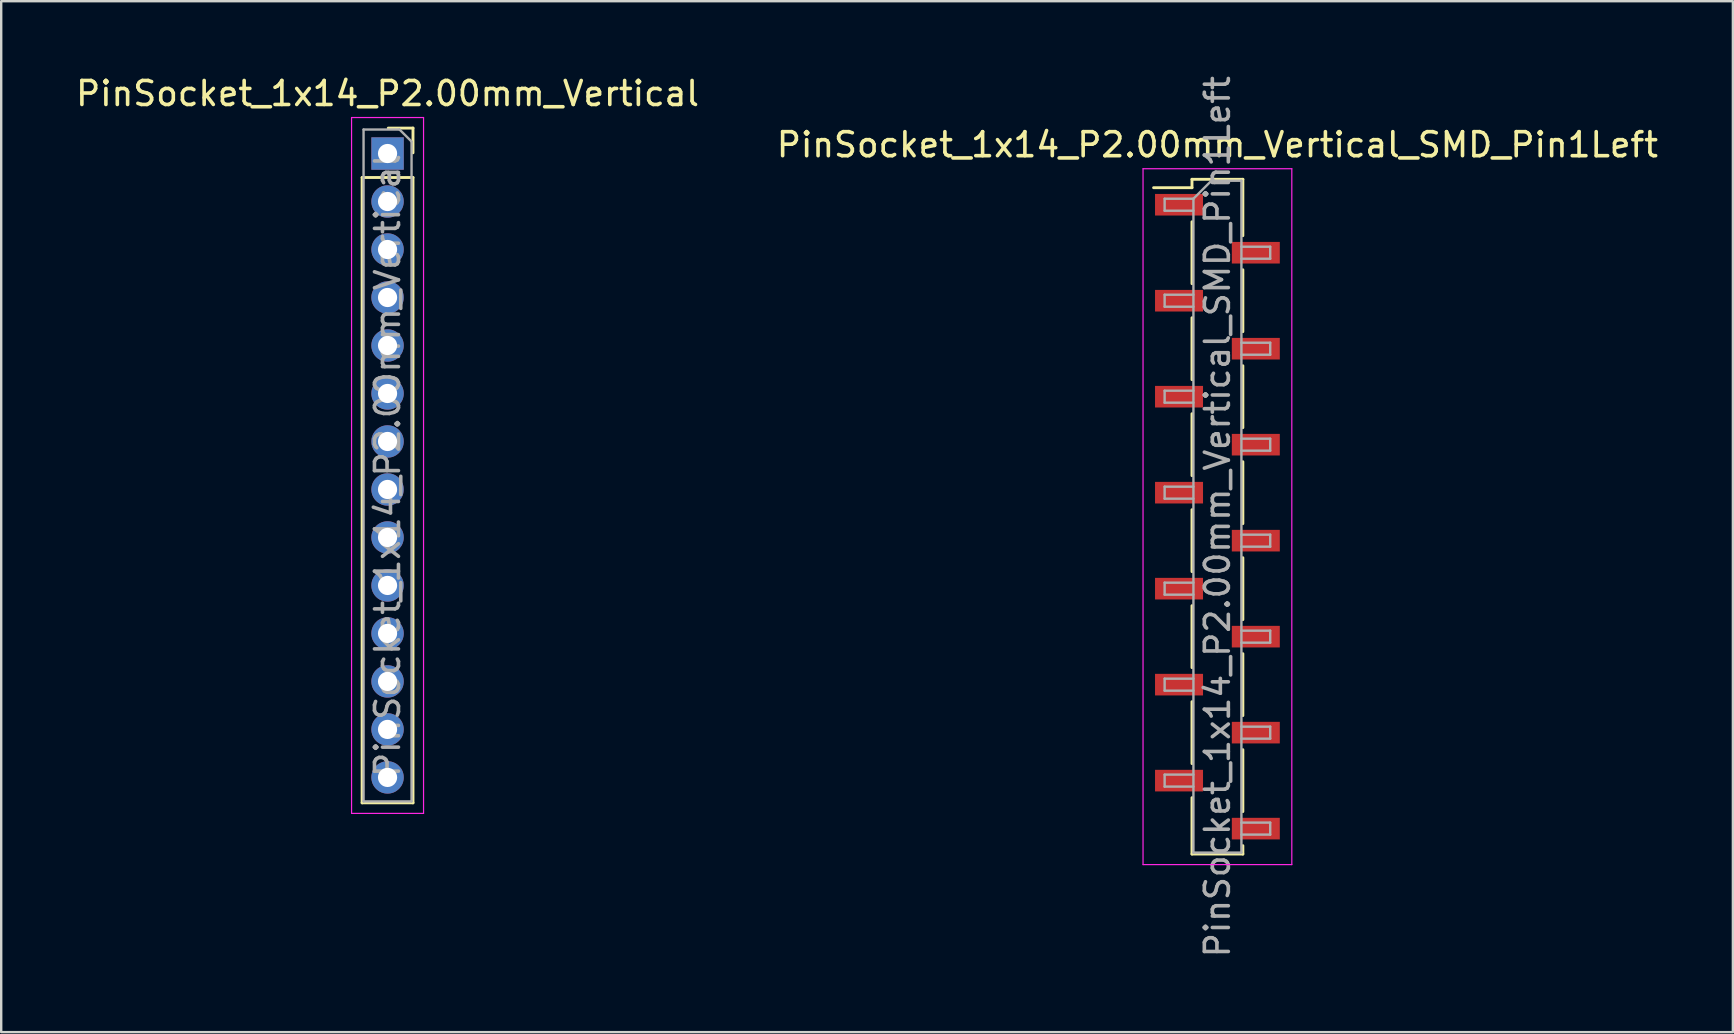
<source format=kicad_pcb>
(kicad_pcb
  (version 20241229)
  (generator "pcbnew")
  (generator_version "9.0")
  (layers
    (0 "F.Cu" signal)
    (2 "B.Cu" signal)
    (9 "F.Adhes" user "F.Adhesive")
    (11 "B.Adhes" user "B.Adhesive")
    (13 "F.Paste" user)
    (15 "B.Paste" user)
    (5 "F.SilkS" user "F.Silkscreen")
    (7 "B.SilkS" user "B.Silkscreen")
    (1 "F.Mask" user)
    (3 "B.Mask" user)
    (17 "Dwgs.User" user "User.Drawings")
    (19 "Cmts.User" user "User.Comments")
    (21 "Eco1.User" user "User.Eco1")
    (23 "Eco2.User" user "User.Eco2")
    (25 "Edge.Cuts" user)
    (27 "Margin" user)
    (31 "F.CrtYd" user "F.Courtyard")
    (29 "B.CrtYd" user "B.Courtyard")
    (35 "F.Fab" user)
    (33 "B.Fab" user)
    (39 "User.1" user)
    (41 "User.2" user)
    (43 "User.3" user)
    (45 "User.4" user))
  (footprint "PinSocket_1x14_P2.00mm_Vertical"
    (layer "F.Cu")
    (at 13.101 3.348)
    (property "Reference" "PinSocket_1x14_P2.00mm_Vertical" (at 0 -2.5 0) (layer "F.SilkS") (effects (font (size 1 1) (thickness 0.15))))
    (attr through_hole)
    (fp_line (start -1.06 1) (end -1.06 27.06) (stroke (width 0.12) (type solid)) (layer "F.SilkS"))
    (fp_line (start -1.06 27.06) (end 1.06 27.06) (stroke (width 0.12) (type solid)) (layer "F.SilkS"))
    (fp_line (start 1.06 -1.06) (end 0.03 -1.06) (stroke (width 0.12) (type solid)) (layer "F.SilkS"))
    (fp_line (start 1.06 -0.03) (end 1.06 -1.06) (stroke (width 0.12) (type solid)) (layer "F.SilkS"))
    (fp_line (start 1.06 1) (end -1.06 1) (stroke (width 0.12) (type solid)) (layer "F.SilkS"))
    (fp_line (start 1.06 27.06) (end 1.06 1) (stroke (width 0.12) (type solid)) (layer "F.SilkS"))
    (fp_line (start -1.5 -1.5) (end 1.5 -1.5) (stroke (width 0.05) (type solid)) (layer "F.CrtYd"))
    (fp_line (start -1.5 27.5) (end -1.5 -1.5) (stroke (width 0.05) (type solid)) (layer "F.CrtYd"))
    (fp_line (start 1.5 -1.5) (end 1.5 27.5) (stroke (width 0.05) (type solid)) (layer "F.CrtYd"))
    (fp_line (start 1.5 27.5) (end -1.5 27.5) (stroke (width 0.05) (type solid)) (layer "F.CrtYd"))
    (fp_line (start -1 -1) (end 0.5 -1) (stroke (width 0.1) (type solid)) (layer "F.Fab"))
    (fp_line (start -1 27) (end -1 -1) (stroke (width 0.1) (type solid)) (layer "F.Fab"))
    (fp_line (start 0.5 -1) (end 1 -0.5) (stroke (width 0.1) (type solid)) (layer "F.Fab"))
    (fp_line (start 1 -0.5) (end 1 27) (stroke (width 0.1) (type solid)) (layer "F.Fab"))
    (fp_line (start 1 27) (end -1 27) (stroke (width 0.1) (type solid)) (layer "F.Fab"))
    (fp_text user "${REFERENCE}" (at 0 13 90) (layer "F.Fab") (effects (font (size 1 1) (thickness 0.15))))
    (pad "1" thru_hole rect (at 0 0) (size 1.35 1.35) (drill 0.8) (layers "*.Cu" "*.Mask"))
    (pad "2" thru_hole oval (at 0 2) (size 1.35 1.35) (drill 0.8) (layers "*.Cu" "*.Mask"))
    (pad "3" thru_hole oval (at 0 4) (size 1.35 1.35) (drill 0.8) (layers "*.Cu" "*.Mask"))
    (pad "4" thru_hole oval (at 0 6) (size 1.35 1.35) (drill 0.8) (layers "*.Cu" "*.Mask"))
    (pad "5" thru_hole oval (at 0 8) (size 1.35 1.35) (drill 0.8) (layers "*.Cu" "*.Mask"))
    (pad "6" thru_hole oval (at 0 10) (size 1.35 1.35) (drill 0.8) (layers "*.Cu" "*.Mask"))
    (pad "7" thru_hole oval (at 0 12) (size 1.35 1.35) (drill 0.8) (layers "*.Cu" "*.Mask"))
    (pad "8" thru_hole oval (at 0 14) (size 1.35 1.35) (drill 0.8) (layers "*.Cu" "*.Mask"))
    (pad "9" thru_hole oval (at 0 16) (size 1.35 1.35) (drill 0.8) (layers "*.Cu" "*.Mask"))
    (pad "10" thru_hole oval (at 0 18) (size 1.35 1.35) (drill 0.8) (layers "*.Cu" "*.Mask"))
    (pad "11" thru_hole oval (at 0 20) (size 1.35 1.35) (drill 0.8) (layers "*.Cu" "*.Mask"))
    (pad "12" thru_hole oval (at 0 22) (size 1.35 1.35) (drill 0.8) (layers "*.Cu" "*.Mask"))
    (pad "13" thru_hole oval (at 0 24) (size 1.35 1.35) (drill 0.8) (layers "*.Cu" "*.Mask"))
    (pad "14" thru_hole oval (at 0 26) (size 1.35 1.35) (drill 0.8) (layers "*.Cu" "*.Mask")))
  (footprint "PinSocket_1x14_P2.00mm_Vertical_SMD_Pin1Left"
    (layer "F.Cu")
    (at 47.685 18.482)
    (property "Reference" "PinSocket_1x14_P2.00mm_Vertical_SMD_Pin1Left" (at 0 -15.5 0) (layer "F.SilkS") (effects (font (size 1 1) (thickness 0.15))))
    (attr smd)
    (fp_line (start -2.66 -13.71) (end -1.06 -13.71) (stroke (width 0.12) (type solid)) (layer "F.SilkS"))
    (fp_line (start -1.06 -14.06) (end 1.06 -14.06) (stroke (width 0.12) (type solid)) (layer "F.SilkS"))
    (fp_line (start -1.06 -13.71) (end -1.06 -14.06) (stroke (width 0.12) (type solid)) (layer "F.SilkS"))
    (fp_line (start -1.06 -12.29) (end -1.06 -9.71) (stroke (width 0.12) (type solid)) (layer "F.SilkS"))
    (fp_line (start -1.06 -8.29) (end -1.06 -5.71) (stroke (width 0.12) (type solid)) (layer "F.SilkS"))
    (fp_line (start -1.06 -4.29) (end -1.06 -1.71) (stroke (width 0.12) (type solid)) (layer "F.SilkS"))
    (fp_line (start -1.06 -0.29) (end -1.06 2.29) (stroke (width 0.12) (type solid)) (layer "F.SilkS"))
    (fp_line (start -1.06 3.71) (end -1.06 6.29) (stroke (width 0.12) (type solid)) (layer "F.SilkS"))
    (fp_line (start -1.06 7.71) (end -1.06 10.29) (stroke (width 0.12) (type solid)) (layer "F.SilkS"))
    (fp_line (start -1.06 11.71) (end -1.06 14.06) (stroke (width 0.12) (type solid)) (layer "F.SilkS"))
    (fp_line (start 1.06 -14.06) (end 1.06 -11.71) (stroke (width 0.12) (type solid)) (layer "F.SilkS"))
    (fp_line (start 1.06 -10.29) (end 1.06 -7.71) (stroke (width 0.12) (type solid)) (layer "F.SilkS"))
    (fp_line (start 1.06 -6.29) (end 1.06 -3.71) (stroke (width 0.12) (type solid)) (layer "F.SilkS"))
    (fp_line (start 1.06 -2.29) (end 1.06 0.29) (stroke (width 0.12) (type solid)) (layer "F.SilkS"))
    (fp_line (start 1.06 1.71) (end 1.06 4.29) (stroke (width 0.12) (type solid)) (layer "F.SilkS"))
    (fp_line (start 1.06 5.71) (end 1.06 8.29) (stroke (width 0.12) (type solid)) (layer "F.SilkS"))
    (fp_line (start 1.06 9.71) (end 1.06 12.29) (stroke (width 0.12) (type solid)) (layer "F.SilkS"))
    (fp_line (start 1.06 13.71) (end 1.06 14.06) (stroke (width 0.12) (type solid)) (layer "F.SilkS"))
    (fp_line (start 1.06 14.06) (end -1.06 14.06) (stroke (width 0.12) (type solid)) (layer "F.SilkS"))
    (fp_line (start -3.1 -14.5) (end 3.1 -14.5) (stroke (width 0.05) (type solid)) (layer "F.CrtYd"))
    (fp_line (start -3.1 14.5) (end -3.1 -14.5) (stroke (width 0.05) (type solid)) (layer "F.CrtYd"))
    (fp_line (start 3.1 -14.5) (end 3.1 14.5) (stroke (width 0.05) (type solid)) (layer "F.CrtYd"))
    (fp_line (start 3.1 14.5) (end -3.1 14.5) (stroke (width 0.05) (type solid)) (layer "F.CrtYd"))
    (fp_line (start -2.2 -13.25) (end -1 -13.25) (stroke (width 0.1) (type solid)) (layer "F.Fab"))
    (fp_line (start -2.2 -12.75) (end -2.2 -13.25) (stroke (width 0.1) (type solid)) (layer "F.Fab"))
    (fp_line (start -2.2 -9.25) (end -1 -9.25) (stroke (width 0.1) (type solid)) (layer "F.Fab"))
    (fp_line (start -2.2 -8.75) (end -2.2 -9.25) (stroke (width 0.1) (type solid)) (layer "F.Fab"))
    (fp_line (start -2.2 -5.25) (end -1 -5.25) (stroke (width 0.1) (type solid)) (layer "F.Fab"))
    (fp_line (start -2.2 -4.75) (end -2.2 -5.25) (stroke (width 0.1) (type solid)) (layer "F.Fab"))
    (fp_line (start -2.2 -1.25) (end -1 -1.25) (stroke (width 0.1) (type solid)) (layer "F.Fab"))
    (fp_line (start -2.2 -0.75) (end -2.2 -1.25) (stroke (width 0.1) (type solid)) (layer "F.Fab"))
    (fp_line (start -2.2 2.75) (end -1 2.75) (stroke (width 0.1) (type solid)) (layer "F.Fab"))
    (fp_line (start -2.2 3.25) (end -2.2 2.75) (stroke (width 0.1) (type solid)) (layer "F.Fab"))
    (fp_line (start -2.2 6.75) (end -1 6.75) (stroke (width 0.1) (type solid)) (layer "F.Fab"))
    (fp_line (start -2.2 7.25) (end -2.2 6.75) (stroke (width 0.1) (type solid)) (layer "F.Fab"))
    (fp_line (start -2.2 10.75) (end -1 10.75) (stroke (width 0.1) (type solid)) (layer "F.Fab"))
    (fp_line (start -2.2 11.25) (end -2.2 10.75) (stroke (width 0.1) (type solid)) (layer "F.Fab"))
    (fp_line (start -1 -13.25) (end -0.25 -14) (stroke (width 0.1) (type solid)) (layer "F.Fab"))
    (fp_line (start -1 -12.75) (end -2.2 -12.75) (stroke (width 0.1) (type solid)) (layer "F.Fab"))
    (fp_line (start -1 -8.75) (end -2.2 -8.75) (stroke (width 0.1) (type solid)) (layer "F.Fab"))
    (fp_line (start -1 -4.75) (end -2.2 -4.75) (stroke (width 0.1) (type solid)) (layer "F.Fab"))
    (fp_line (start -1 -0.75) (end -2.2 -0.75) (stroke (width 0.1) (type solid)) (layer "F.Fab"))
    (fp_line (start -1 3.25) (end -2.2 3.25) (stroke (width 0.1) (type solid)) (layer "F.Fab"))
    (fp_line (start -1 7.25) (end -2.2 7.25) (stroke (width 0.1) (type solid)) (layer "F.Fab"))
    (fp_line (start -1 11.25) (end -2.2 11.25) (stroke (width 0.1) (type solid)) (layer "F.Fab"))
    (fp_line (start -1 14) (end -1 -13.25) (stroke (width 0.1) (type solid)) (layer "F.Fab"))
    (fp_line (start -0.25 -14) (end 1 -14) (stroke (width 0.1) (type solid)) (layer "F.Fab"))
    (fp_line (start 1 -14) (end 1 14) (stroke (width 0.1) (type solid)) (layer "F.Fab"))
    (fp_line (start 1 -11.25) (end 2.2 -11.25) (stroke (width 0.1) (type solid)) (layer "F.Fab"))
    (fp_line (start 1 -7.25) (end 2.2 -7.25) (stroke (width 0.1) (type solid)) (layer "F.Fab"))
    (fp_line (start 1 -3.25) (end 2.2 -3.25) (stroke (width 0.1) (type solid)) (layer "F.Fab"))
    (fp_line (start 1 0.75) (end 2.2 0.75) (stroke (width 0.1) (type solid)) (layer "F.Fab"))
    (fp_line (start 1 4.75) (end 2.2 4.75) (stroke (width 0.1) (type solid)) (layer "F.Fab"))
    (fp_line (start 1 8.75) (end 2.2 8.75) (stroke (width 0.1) (type solid)) (layer "F.Fab"))
    (fp_line (start 1 12.75) (end 2.2 12.75) (stroke (width 0.1) (type solid)) (layer "F.Fab"))
    (fp_line (start 1 14) (end -1 14) (stroke (width 0.1) (type solid)) (layer "F.Fab"))
    (fp_line (start 2.2 -11.25) (end 2.2 -10.75) (stroke (width 0.1) (type solid)) (layer "F.Fab"))
    (fp_line (start 2.2 -10.75) (end 1 -10.75) (stroke (width 0.1) (type solid)) (layer "F.Fab"))
    (fp_line (start 2.2 -7.25) (end 2.2 -6.75) (stroke (width 0.1) (type solid)) (layer "F.Fab"))
    (fp_line (start 2.2 -6.75) (end 1 -6.75) (stroke (width 0.1) (type solid)) (layer "F.Fab"))
    (fp_line (start 2.2 -3.25) (end 2.2 -2.75) (stroke (width 0.1) (type solid)) (layer "F.Fab"))
    (fp_line (start 2.2 -2.75) (end 1 -2.75) (stroke (width 0.1) (type solid)) (layer "F.Fab"))
    (fp_line (start 2.2 0.75) (end 2.2 1.25) (stroke (width 0.1) (type solid)) (layer "F.Fab"))
    (fp_line (start 2.2 1.25) (end 1 1.25) (stroke (width 0.1) (type solid)) (layer "F.Fab"))
    (fp_line (start 2.2 4.75) (end 2.2 5.25) (stroke (width 0.1) (type solid)) (layer "F.Fab"))
    (fp_line (start 2.2 5.25) (end 1 5.25) (stroke (width 0.1) (type solid)) (layer "F.Fab"))
    (fp_line (start 2.2 8.75) (end 2.2 9.25) (stroke (width 0.1) (type solid)) (layer "F.Fab"))
    (fp_line (start 2.2 9.25) (end 1 9.25) (stroke (width 0.1) (type solid)) (layer "F.Fab"))
    (fp_line (start 2.2 12.75) (end 2.2 13.25) (stroke (width 0.1) (type solid)) (layer "F.Fab"))
    (fp_line (start 2.2 13.25) (end 1 13.25) (stroke (width 0.1) (type solid)) (layer "F.Fab"))
    (fp_text user "${REFERENCE}" (at 0 0 90) (layer "F.Fab") (effects (font (size 1 1) (thickness 0.15))))
    (pad "1" smd rect (at -1.6 -13) (size 2 0.9) (layers "F.Cu" "F.Mask" "F.Paste"))
    (pad "2" smd rect (at 1.6 -11) (size 2 0.9) (layers "F.Cu" "F.Mask" "F.Paste"))
    (pad "3" smd rect (at -1.6 -9) (size 2 0.9) (layers "F.Cu" "F.Mask" "F.Paste"))
    (pad "4" smd rect (at 1.6 -7) (size 2 0.9) (layers "F.Cu" "F.Mask" "F.Paste"))
    (pad "5" smd rect (at -1.6 -5) (size 2 0.9) (layers "F.Cu" "F.Mask" "F.Paste"))
    (pad "6" smd rect (at 1.6 -3) (size 2 0.9) (layers "F.Cu" "F.Mask" "F.Paste"))
    (pad "7" smd rect (at -1.6 -1) (size 2 0.9) (layers "F.Cu" "F.Mask" "F.Paste"))
    (pad "8" smd rect (at 1.6 1) (size 2 0.9) (layers "F.Cu" "F.Mask" "F.Paste"))
    (pad "9" smd rect (at -1.6 3) (size 2 0.9) (layers "F.Cu" "F.Mask" "F.Paste"))
    (pad "10" smd rect (at 1.6 5) (size 2 0.9) (layers "F.Cu" "F.Mask" "F.Paste"))
    (pad "11" smd rect (at -1.6 7) (size 2 0.9) (layers "F.Cu" "F.Mask" "F.Paste"))
    (pad "12" smd rect (at 1.6 9) (size 2 0.9) (layers "F.Cu" "F.Mask" "F.Paste"))
    (pad "13" smd rect (at -1.6 11) (size 2 0.9) (layers "F.Cu" "F.Mask" "F.Paste"))
    (pad "14" smd rect (at 1.6 13) (size 2 0.9) (layers "F.Cu" "F.Mask" "F.Paste")))
  (gr_rect
    (start -3 -3)
    (end 69.167 39.964)
    (stroke (width 0.1) (type default))
    (fill no)
    (layer "Edge.Cuts")))
</source>
